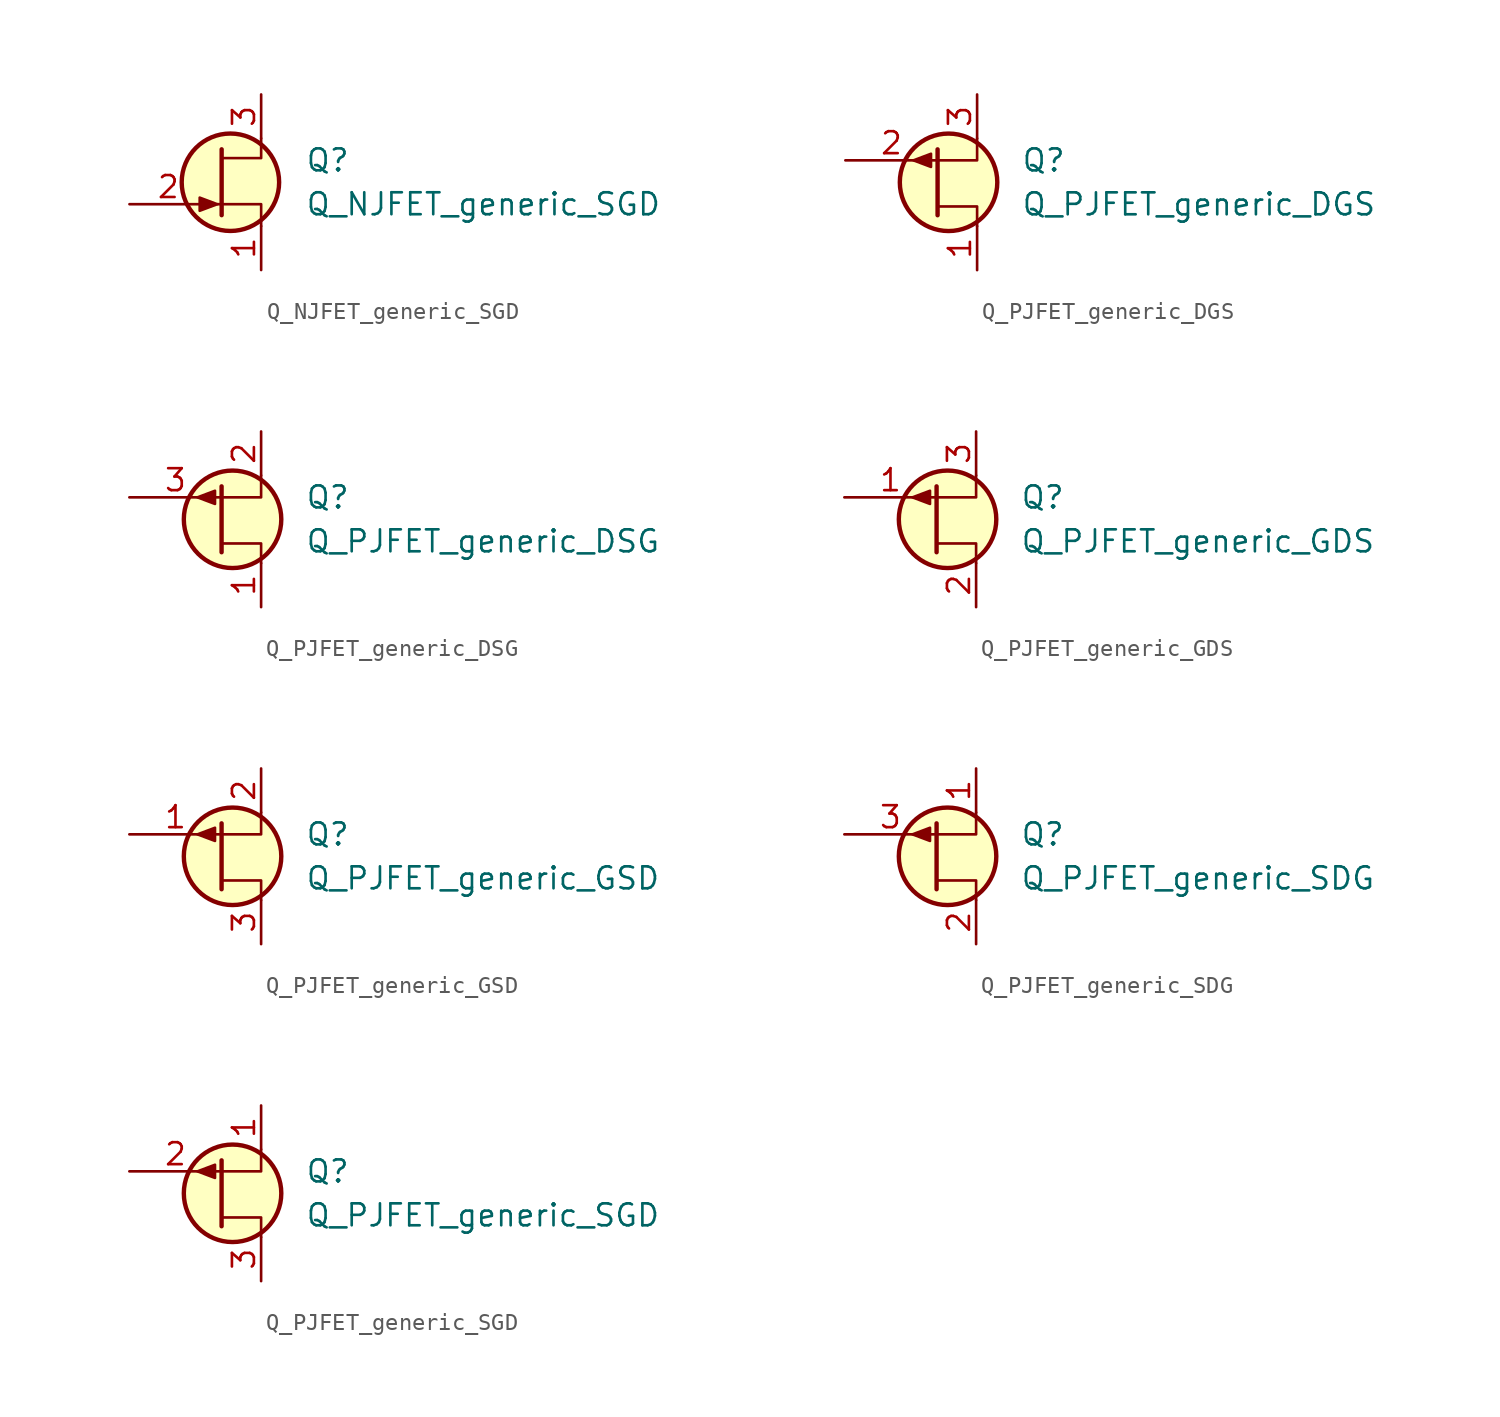
<source format=kicad_sym>
(kicad_symbol_lib
  (version 20211014)
  (generator kicad_symbol_editor)
  (symbol "Transistor_JFET_AKL:Q_NJFET_generic_SGD"
    (pin_names hide)
    (property "Reference" "Q"
      (at 5.08 1.27 0)
      (effects (font (size 1.27 1.27)) (justify left)))
    (property "Value" "Q_NJFET_generic_SGD"
      (at 5.08 -1.27 0)
      (effects (font (size 1.27 1.27)) (justify left)))
    (symbol "Q_NJFET_generic_SGD_0_1"
      (polyline (pts (xy 0 -1.27) (xy 0.254 -1.27)) (stroke (width 0) (type default) (color 0 0 0 0)) (fill (type none)))
      (polyline (pts (xy 0.254 1.905) (xy 0.254 -1.905) (xy 0.254 -1.905)) (stroke (width 0.254) (type default) (color 0 0 0 0)) (fill (type none)))
      (polyline (pts (xy 2.54 -2.54) (xy 2.54 -1.27) (xy 0.254 -1.27)) (stroke (width 0) (type default) (color 0 0 0 0)) (fill (type none)))
      (polyline (pts (xy 2.54 2.54) (xy 2.54 1.397) (xy 0.254 1.397)) (stroke (width 0) (type default) (color 0 0 0 0)) (fill (type none)))
      (polyline (pts (xy 0 -1.27) (xy -1.016 -0.889) (xy -1.016 -1.651) (xy 0 -1.27)) (stroke (width 0) (type default) (color 0 0 0 0)) (fill (type outline)))
      (circle (center 0.762 0) (radius 2.819) (stroke (width 0.254)) (stroke (width 0.254) (type default) (color 0 0 0 0)) (fill (type background))))
    (symbol "Q_NJFET_generic_SGD_1_1"
      (pin passive line (at 2.54 -5.08 90) (length 2.54) (name "S" (effects (font (size 1.27 1.27)))) (number "1" (effects (font (size 1.27 1.27)))))
      (pin input line (at -5.08 -1.27 0) (length 4.496) (name "G" (effects (font (size 1.27 1.27)))) (number "2" (effects (font (size 1.27 1.27)))))
      (pin passive line (at 2.54 5.08 270) (length 2.54) (name "D" (effects (font (size 1.27 1.27)))) (number "3" (effects (font (size 1.27 1.27)))))))
  (symbol "Transistor_JFET_AKL:Q_PJFET_generic_DGS"
    (pin_names hide)
    (property "Reference" "Q"
      (at 3.81 1.27 0)
      (effects (font (size 1.27 1.27)) (justify left)))
    (property "Value" "Q_PJFET_generic_DGS"
      (at 3.81 -1.27 0)
      (effects (font (size 1.27 1.27)) (justify left)))
    (symbol "Q_PJFET_generic_DGS_0_1"
      (circle (center -0.381 0) (radius 2.819) (stroke (width 0.254)) (stroke (width 0.254) (type default) (color 0 0 0 0)) (fill (type background)))
      (polyline (pts (xy -1.016 -1.905) (xy -1.016 1.905) (xy -1.016 1.905)) (stroke (width 0.254) (type default) (color 0 0 0 0)) (fill (type none)))
      (polyline (pts (xy 1.27 -2.54) (xy 1.27 -1.397) (xy -1.016 -1.397)) (stroke (width 0) (type default) (color 0 0 0 0)) (fill (type none)))
      (polyline (pts (xy 1.27 2.54) (xy 1.27 1.27) (xy -1.016 1.27)) (stroke (width 0) (type default) (color 0 0 0 0)) (fill (type none)))
      (polyline (pts (xy -2.413 1.27) (xy -1.397 0.889) (xy -1.397 1.651) (xy -2.413 1.27)) (stroke (width 0) (type default) (color 0 0 0 0)) (fill (type outline))))
    (symbol "Q_PJFET_generic_DGS_1_1"
      (pin passive line (at 1.27 -5.08 90) (length 2.54) (name "D" (effects (font (size 1.27 1.27)))) (number "1" (effects (font (size 1.27 1.27)))))
      (pin input line (at -6.35 1.27 0) (length 5.334) (name "G" (effects (font (size 1.27 1.27)))) (number "2" (effects (font (size 1.27 1.27)))))
      (pin passive line (at 1.27 5.08 270) (length 2.54) (name "S" (effects (font (size 1.27 1.27)))) (number "3" (effects (font (size 1.27 1.27)))))))
  (symbol "Transistor_JFET_AKL:Q_PJFET_generic_DSG"
    (pin_names hide)
    (property "Reference" "Q"
      (at 3.81 1.27 0)
      (effects (font (size 1.27 1.27)) (justify left)))
    (property "Value" "Q_PJFET_generic_DSG"
      (at 3.81 -1.27 0)
      (effects (font (size 1.27 1.27)) (justify left)))
    (symbol "Q_PJFET_generic_DSG_0_1"
      (circle (center -0.381 0) (radius 2.819) (stroke (width 0.254)) (stroke (width 0.254) (type default) (color 0 0 0 0)) (fill (type background)))
      (polyline (pts (xy -1.016 -1.905) (xy -1.016 1.905) (xy -1.016 1.905)) (stroke (width 0.254) (type default) (color 0 0 0 0)) (fill (type none)))
      (polyline (pts (xy 1.27 -2.54) (xy 1.27 -1.397) (xy -1.016 -1.397)) (stroke (width 0) (type default) (color 0 0 0 0)) (fill (type none)))
      (polyline (pts (xy 1.27 2.54) (xy 1.27 1.27) (xy -1.016 1.27)) (stroke (width 0) (type default) (color 0 0 0 0)) (fill (type none)))
      (polyline (pts (xy -2.413 1.27) (xy -1.397 0.889) (xy -1.397 1.651) (xy -2.413 1.27)) (stroke (width 0) (type default) (color 0 0 0 0)) (fill (type outline))))
    (symbol "Q_PJFET_generic_DSG_1_1"
      (pin passive line (at 1.27 -5.08 90) (length 2.54) (name "D" (effects (font (size 1.27 1.27)))) (number "1" (effects (font (size 1.27 1.27)))))
      (pin passive line (at 1.27 5.08 270) (length 2.54) (name "S" (effects (font (size 1.27 1.27)))) (number "2" (effects (font (size 1.27 1.27)))))
      (pin input line (at -6.35 1.27 0) (length 5.334) (name "G" (effects (font (size 1.27 1.27)))) (number "3" (effects (font (size 1.27 1.27)))))))
  (symbol "Transistor_JFET_AKL:Q_PJFET_generic_GDS"
    (pin_names hide)
    (property "Reference" "Q"
      (at 3.81 1.27 0)
      (effects (font (size 1.27 1.27)) (justify left)))
    (property "Value" "Q_PJFET_generic_GDS"
      (at 3.81 -1.27 0)
      (effects (font (size 1.27 1.27)) (justify left)))
    (symbol "Q_PJFET_generic_GDS_0_1"
      (circle (center -0.381 0) (radius 2.819) (stroke (width 0.254)) (stroke (width 0.254) (type default) (color 0 0 0 0)) (fill (type background)))
      (polyline (pts (xy -1.016 -1.905) (xy -1.016 1.905) (xy -1.016 1.905)) (stroke (width 0.254) (type default) (color 0 0 0 0)) (fill (type none)))
      (polyline (pts (xy 1.27 -2.54) (xy 1.27 -1.397) (xy -1.016 -1.397)) (stroke (width 0) (type default) (color 0 0 0 0)) (fill (type none)))
      (polyline (pts (xy 1.27 2.54) (xy 1.27 1.27) (xy -1.016 1.27)) (stroke (width 0) (type default) (color 0 0 0 0)) (fill (type none)))
      (polyline (pts (xy -2.413 1.27) (xy -1.397 0.889) (xy -1.397 1.651) (xy -2.413 1.27)) (stroke (width 0) (type default) (color 0 0 0 0)) (fill (type outline))))
    (symbol "Q_PJFET_generic_GDS_1_1"
      (pin input line (at -6.35 1.27 0) (length 5.334) (name "G" (effects (font (size 1.27 1.27)))) (number "1" (effects (font (size 1.27 1.27)))))
      (pin passive line (at 1.27 -5.08 90) (length 2.54) (name "D" (effects (font (size 1.27 1.27)))) (number "2" (effects (font (size 1.27 1.27)))))
      (pin passive line (at 1.27 5.08 270) (length 2.54) (name "S" (effects (font (size 1.27 1.27)))) (number "3" (effects (font (size 1.27 1.27)))))))
  (symbol "Transistor_JFET_AKL:Q_PJFET_generic_GSD"
    (pin_names hide)
    (property "Reference" "Q"
      (at 3.81 1.27 0)
      (effects (font (size 1.27 1.27)) (justify left)))
    (property "Value" "Q_PJFET_generic_GSD"
      (at 3.81 -1.27 0)
      (effects (font (size 1.27 1.27)) (justify left)))
    (symbol "Q_PJFET_generic_GSD_0_1"
      (circle (center -0.381 0) (radius 2.819) (stroke (width 0.254)) (stroke (width 0.254) (type default) (color 0 0 0 0)) (fill (type background)))
      (polyline (pts (xy -1.016 -1.905) (xy -1.016 1.905) (xy -1.016 1.905)) (stroke (width 0.254) (type default) (color 0 0 0 0)) (fill (type none)))
      (polyline (pts (xy 1.27 -2.54) (xy 1.27 -1.397) (xy -1.016 -1.397)) (stroke (width 0) (type default) (color 0 0 0 0)) (fill (type none)))
      (polyline (pts (xy 1.27 2.54) (xy 1.27 1.27) (xy -1.016 1.27)) (stroke (width 0) (type default) (color 0 0 0 0)) (fill (type none)))
      (polyline (pts (xy -2.413 1.27) (xy -1.397 0.889) (xy -1.397 1.651) (xy -2.413 1.27)) (stroke (width 0) (type default) (color 0 0 0 0)) (fill (type outline))))
    (symbol "Q_PJFET_generic_GSD_1_1"
      (pin input line (at -6.35 1.27 0) (length 5.334) (name "G" (effects (font (size 1.27 1.27)))) (number "1" (effects (font (size 1.27 1.27)))))
      (pin passive line (at 1.27 5.08 270) (length 2.54) (name "S" (effects (font (size 1.27 1.27)))) (number "2" (effects (font (size 1.27 1.27)))))
      (pin passive line (at 1.27 -5.08 90) (length 2.54) (name "D" (effects (font (size 1.27 1.27)))) (number "3" (effects (font (size 1.27 1.27)))))))
  (symbol "Transistor_JFET_AKL:Q_PJFET_generic_SDG"
    (pin_names hide)
    (property "Reference" "Q"
      (at 3.81 1.27 0)
      (effects (font (size 1.27 1.27)) (justify left)))
    (property "Value" "Q_PJFET_generic_SDG"
      (at 3.81 -1.27 0)
      (effects (font (size 1.27 1.27)) (justify left)))
    (symbol "Q_PJFET_generic_SDG_0_1"
      (circle (center -0.381 0) (radius 2.819) (stroke (width 0.254)) (stroke (width 0.254) (type default) (color 0 0 0 0)) (fill (type background)))
      (polyline (pts (xy -1.016 -1.905) (xy -1.016 1.905) (xy -1.016 1.905)) (stroke (width 0.254) (type default) (color 0 0 0 0)) (fill (type none)))
      (polyline (pts (xy 1.27 -2.54) (xy 1.27 -1.397) (xy -1.016 -1.397)) (stroke (width 0) (type default) (color 0 0 0 0)) (fill (type none)))
      (polyline (pts (xy 1.27 2.54) (xy 1.27 1.27) (xy -1.016 1.27)) (stroke (width 0) (type default) (color 0 0 0 0)) (fill (type none)))
      (polyline (pts (xy -2.413 1.27) (xy -1.397 0.889) (xy -1.397 1.651) (xy -2.413 1.27)) (stroke (width 0) (type default) (color 0 0 0 0)) (fill (type outline))))
    (symbol "Q_PJFET_generic_SDG_1_1"
      (pin passive line (at 1.27 5.08 270) (length 2.54) (name "S" (effects (font (size 1.27 1.27)))) (number "1" (effects (font (size 1.27 1.27)))))
      (pin passive line (at 1.27 -5.08 90) (length 2.54) (name "D" (effects (font (size 1.27 1.27)))) (number "2" (effects (font (size 1.27 1.27)))))
      (pin input line (at -6.35 1.27 0) (length 5.334) (name "G" (effects (font (size 1.27 1.27)))) (number "3" (effects (font (size 1.27 1.27)))))))
  (symbol "Transistor_JFET_AKL:Q_PJFET_generic_SGD"
    (pin_names hide)
    (property "Reference" "Q"
      (at 3.81 1.27 0)
      (effects (font (size 1.27 1.27)) (justify left)))
    (property "Value" "Q_PJFET_generic_SGD"
      (at 3.81 -1.27 0)
      (effects (font (size 1.27 1.27)) (justify left)))
    (symbol "Q_PJFET_generic_SGD_0_1"
      (circle (center -0.381 0) (radius 2.819) (stroke (width 0.254)) (stroke (width 0.254) (type default) (color 0 0 0 0)) (fill (type background)))
      (polyline (pts (xy -1.016 -1.905) (xy -1.016 1.905) (xy -1.016 1.905)) (stroke (width 0.254) (type default) (color 0 0 0 0)) (fill (type none)))
      (polyline (pts (xy 1.27 -2.54) (xy 1.27 -1.397) (xy -1.016 -1.397)) (stroke (width 0) (type default) (color 0 0 0 0)) (fill (type none)))
      (polyline (pts (xy 1.27 2.54) (xy 1.27 1.27) (xy -1.016 1.27)) (stroke (width 0) (type default) (color 0 0 0 0)) (fill (type none)))
      (polyline (pts (xy -2.413 1.27) (xy -1.397 0.889) (xy -1.397 1.651) (xy -2.413 1.27)) (stroke (width 0) (type default) (color 0 0 0 0)) (fill (type outline))))
    (symbol "Q_PJFET_generic_SGD_1_1"
      (pin passive line (at 1.27 5.08 270) (length 2.54) (name "S" (effects (font (size 1.27 1.27)))) (number "1" (effects (font (size 1.27 1.27)))))
      (pin input line (at -6.35 1.27 0) (length 5.334) (name "G" (effects (font (size 1.27 1.27)))) (number "2" (effects (font (size 1.27 1.27)))))
      (pin passive line (at 1.27 -5.08 90) (length 2.54) (name "D" (effects (font (size 1.27 1.27)))) (number "3" (effects (font (size 1.27 1.27))))))))
</source>
